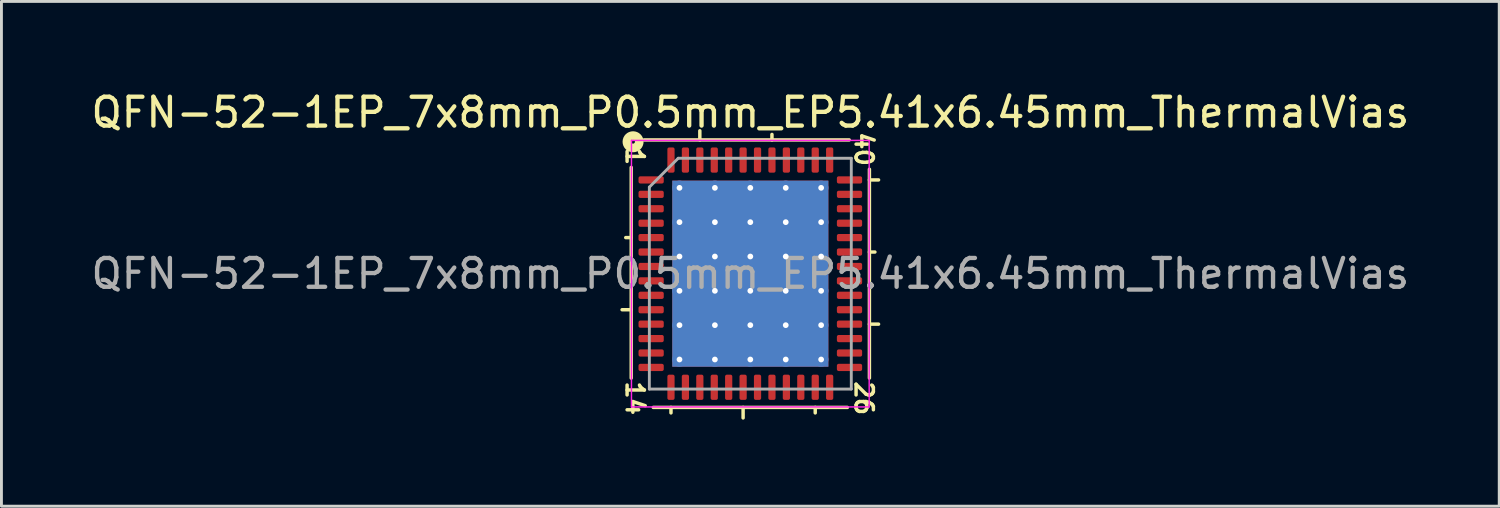
<source format=kicad_pcb>
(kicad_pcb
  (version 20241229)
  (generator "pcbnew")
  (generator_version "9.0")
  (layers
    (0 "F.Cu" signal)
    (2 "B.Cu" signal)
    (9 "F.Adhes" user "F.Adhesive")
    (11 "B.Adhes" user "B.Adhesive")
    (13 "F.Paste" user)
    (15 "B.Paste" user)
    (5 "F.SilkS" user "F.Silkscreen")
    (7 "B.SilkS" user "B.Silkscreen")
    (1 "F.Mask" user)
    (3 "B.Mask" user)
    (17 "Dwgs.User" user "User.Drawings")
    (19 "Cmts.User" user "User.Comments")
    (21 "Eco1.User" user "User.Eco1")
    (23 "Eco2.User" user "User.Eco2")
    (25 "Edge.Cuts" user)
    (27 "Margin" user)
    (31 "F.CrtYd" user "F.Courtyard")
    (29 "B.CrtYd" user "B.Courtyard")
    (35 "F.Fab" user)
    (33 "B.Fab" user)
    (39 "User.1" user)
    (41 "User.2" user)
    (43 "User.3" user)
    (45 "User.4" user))
  (footprint "QFN-52-1EP_7x8mm_P0.5mm_EP5.41x6.45mm_ThermalVias"
    (layer "F.Cu")
    (at 22.958 6.436)
    (property "Reference" "QFN-52-1EP_7x8mm_P0.5mm_EP5.41x6.45mm_ThermalVias" (at 0 -5.588 0) (layer "F.SilkS") (effects (font (size 1 1) (thickness 0.15))))
    (attr smd)
    (fp_line (start -4.128 -3.683) (end -4.128 3.619) (stroke (width 0.12) (type solid)) (layer "F.SilkS"))
    (fp_line (start -4.128 -1.25) (end -4.318 -1.25) (stroke (width 0.12) (type solid)) (layer "F.SilkS"))
    (fp_line (start -4.128 1.25) (end -4.445 1.25) (stroke (width 0.12) (type solid)) (layer "F.SilkS"))
    (fp_line (start -3.365 4.636) (end 3.365 4.636) (stroke (width 0.12) (type solid)) (layer "F.SilkS"))
    (fp_line (start -2.75 4.636) (end -2.75 4.826) (stroke (width 0.12) (type solid)) (layer "F.SilkS"))
    (fp_line (start -1.75 -4.636) (end -1.75 -4.953) (stroke (width 0.12) (type solid)) (layer "F.SilkS"))
    (fp_line (start -0.25 4.636) (end -0.25 5) (stroke (width 0.12) (type solid)) (layer "F.SilkS"))
    (fp_line (start 0.75 -4.636) (end 0.75 -4.826) (stroke (width 0.12) (type solid)) (layer "F.SilkS"))
    (fp_line (start 2.25 4.636) (end 2.25 4.826) (stroke (width 0.12) (type solid)) (layer "F.SilkS"))
    (fp_line (start 3.429 -4.636) (end -3.683 -4.636) (stroke (width 0.12) (type solid)) (layer "F.SilkS"))
    (fp_line (start 4.128 -3.25) (end 4.445 -3.25) (stroke (width 0.12) (type solid)) (layer "F.SilkS"))
    (fp_line (start 4.128 -0.75) (end 4.318 -0.75) (stroke (width 0.12) (type solid)) (layer "F.SilkS"))
    (fp_line (start 4.128 1.75) (end 4.445 1.75) (stroke (width 0.12) (type solid)) (layer "F.SilkS"))
    (fp_line (start 4.128 3.619) (end 4.128 -3.619) (stroke (width 0.12) (type solid)) (layer "F.SilkS"))
    (fp_circle (center -4.064 -4.572) (end -4 -4.572) (stroke (width 0.3) (type solid)) (fill no) (layer "F.SilkS"))
    (fp_line (start -4.12 -4.62) (end -4.12 4.62) (stroke (width 0.05) (type solid)) (layer "F.CrtYd"))
    (fp_line (start -4.12 4.62) (end 4.12 4.62) (stroke (width 0.05) (type solid)) (layer "F.CrtYd"))
    (fp_line (start 4.12 -4.62) (end -4.12 -4.62) (stroke (width 0.05) (type solid)) (layer "F.CrtYd"))
    (fp_line (start 4.12 4.62) (end 4.12 -4.62) (stroke (width 0.05) (type solid)) (layer "F.CrtYd"))
    (fp_line (start -3.5 -3) (end -2.5 -4) (stroke (width 0.1) (type solid)) (layer "F.Fab"))
    (fp_line (start -3.5 4) (end -3.5 -3) (stroke (width 0.1) (type solid)) (layer "F.Fab"))
    (fp_line (start -2.5 -4) (end 3.5 -4) (stroke (width 0.1) (type solid)) (layer "F.Fab"))
    (fp_line (start 3.5 -4) (end 3.5 4) (stroke (width 0.1) (type solid)) (layer "F.Fab"))
    (fp_line (start 3.5 4) (end -3.5 4) (stroke (width 0.1) (type solid)) (layer "F.Fab"))
    (fp_text user "1" (at -4 -4.064 270) (unlocked yes) (layer "F.SilkS") (effects (font (size 0.6 0.6) (thickness 0.12))))
    (fp_text user "14" (at -4 4.318 270) (unlocked yes) (layer "F.SilkS") (effects (font (size 0.6 0.6) (thickness 0.12))))
    (fp_text user "26" (at 3.937 4.318 270) (unlocked yes) (layer "F.SilkS") (effects (font (size 0.6 0.6) (thickness 0.12))))
    (fp_text user "40" (at 3.937 -4.318 270) (unlocked yes) (layer "F.SilkS") (effects (font (size 0.6 0.6) (thickness 0.12))))
    (fp_text user "${REFERENCE}" (at 0 0 0) (layer "F.Fab") (effects (font (size 1 1) (thickness 0.15))))
    (pad "" smd roundrect (at -1.841 -2.38) (size 1.048 0.999) (layers "F.Paste") (roundrect_rratio 0.25))
    (pad "" smd roundrect (at -1.841 -1.19) (size 1.048 0.999) (layers "F.Paste") (roundrect_rratio 0.25))
    (pad "" smd roundrect (at -1.841 0) (size 1.048 0.999) (layers "F.Paste") (roundrect_rratio 0.25))
    (pad "" smd roundrect (at -1.841 1.19) (size 1.048 0.999) (layers "F.Paste") (roundrect_rratio 0.25))
    (pad "" smd roundrect (at -1.841 2.38) (size 1.048 0.999) (layers "F.Paste") (roundrect_rratio 0.25))
    (pad "" smd roundrect (at -0.614 -2.38) (size 1.048 0.999) (layers "F.Paste") (roundrect_rratio 0.25))
    (pad "" smd roundrect (at -0.614 -1.19) (size 1.048 0.999) (layers "F.Paste") (roundrect_rratio 0.25))
    (pad "" smd roundrect (at -0.614 0) (size 1.048 0.999) (layers "F.Paste") (roundrect_rratio 0.25))
    (pad "" smd roundrect (at -0.614 1.19) (size 1.048 0.999) (layers "F.Paste") (roundrect_rratio 0.25))
    (pad "" smd roundrect (at -0.614 2.38) (size 1.048 0.999) (layers "F.Paste") (roundrect_rratio 0.25))
    (pad "" smd roundrect (at 0.614 -2.38) (size 1.048 0.999) (layers "F.Paste") (roundrect_rratio 0.25))
    (pad "" smd roundrect (at 0.614 -1.19) (size 1.048 0.999) (layers "F.Paste") (roundrect_rratio 0.25))
    (pad "" smd roundrect (at 0.614 0) (size 1.048 0.999) (layers "F.Paste") (roundrect_rratio 0.25))
    (pad "" smd roundrect (at 0.614 1.19) (size 1.048 0.999) (layers "F.Paste") (roundrect_rratio 0.25))
    (pad "" smd roundrect (at 0.614 2.38) (size 1.048 0.999) (layers "F.Paste") (roundrect_rratio 0.25))
    (pad "" smd roundrect (at 1.841 -2.38) (size 1.048 0.999) (layers "F.Paste") (roundrect_rratio 0.25))
    (pad "" smd roundrect (at 1.841 -1.19) (size 1.048 0.999) (layers "F.Paste") (roundrect_rratio 0.25))
    (pad "" smd roundrect (at 1.841 0) (size 1.048 0.999) (layers "F.Paste") (roundrect_rratio 0.25))
    (pad "" smd roundrect (at 1.841 1.19) (size 1.048 0.999) (layers "F.Paste") (roundrect_rratio 0.25))
    (pad "" smd roundrect (at 1.841 2.38) (size 1.048 0.999) (layers "F.Paste") (roundrect_rratio 0.25))
    (pad "1" smd roundrect (at -3.438 -3.25) (size 0.875 0.25) (layers "F.Cu" "F.Mask" "F.Paste") (roundrect_rratio 0.25))
    (pad "2" smd roundrect (at -3.438 -2.75) (size 0.875 0.25) (layers "F.Cu" "F.Mask" "F.Paste") (roundrect_rratio 0.25))
    (pad "3" smd roundrect (at -3.438 -2.25) (size 0.875 0.25) (layers "F.Cu" "F.Mask" "F.Paste") (roundrect_rratio 0.25))
    (pad "4" smd roundrect (at -3.438 -1.75) (size 0.875 0.25) (layers "F.Cu" "F.Mask" "F.Paste") (roundrect_rratio 0.25))
    (pad "5" smd roundrect (at -3.438 -1.25) (size 0.875 0.25) (layers "F.Cu" "F.Mask" "F.Paste") (roundrect_rratio 0.25))
    (pad "6" smd roundrect (at -3.438 -0.75) (size 0.875 0.25) (layers "F.Cu" "F.Mask" "F.Paste") (roundrect_rratio 0.25))
    (pad "7" smd roundrect (at -3.438 -0.25) (size 0.875 0.25) (layers "F.Cu" "F.Mask" "F.Paste") (roundrect_rratio 0.25))
    (pad "8" smd roundrect (at -3.438 0.25) (size 0.875 0.25) (layers "F.Cu" "F.Mask" "F.Paste") (roundrect_rratio 0.25))
    (pad "9" smd roundrect (at -3.438 0.75) (size 0.875 0.25) (layers "F.Cu" "F.Mask" "F.Paste") (roundrect_rratio 0.25))
    (pad "10" smd roundrect (at -3.438 1.25) (size 0.875 0.25) (layers "F.Cu" "F.Mask" "F.Paste") (roundrect_rratio 0.25))
    (pad "11" smd roundrect (at -3.438 1.75) (size 0.875 0.25) (layers "F.Cu" "F.Mask" "F.Paste") (roundrect_rratio 0.25))
    (pad "12" smd roundrect (at -3.438 2.25) (size 0.875 0.25) (layers "F.Cu" "F.Mask" "F.Paste") (roundrect_rratio 0.25))
    (pad "13" smd roundrect (at -3.438 2.75) (size 0.875 0.25) (layers "F.Cu" "F.Mask" "F.Paste") (roundrect_rratio 0.25))
    (pad "14" smd roundrect (at -3.438 3.25) (size 0.875 0.25) (layers "F.Cu" "F.Mask" "F.Paste") (roundrect_rratio 0.25))
    (pad "15" smd roundrect (at -2.75 3.938) (size 0.25 0.875) (layers "F.Cu" "F.Mask" "F.Paste") (roundrect_rratio 0.25))
    (pad "16" smd roundrect (at -2.25 3.938) (size 0.25 0.875) (layers "F.Cu" "F.Mask" "F.Paste") (roundrect_rratio 0.25))
    (pad "17" smd roundrect (at -1.75 3.938) (size 0.25 0.875) (layers "F.Cu" "F.Mask" "F.Paste") (roundrect_rratio 0.25))
    (pad "18" smd roundrect (at -1.25 3.938) (size 0.25 0.875) (layers "F.Cu" "F.Mask" "F.Paste") (roundrect_rratio 0.25))
    (pad "19" smd roundrect (at -0.75 3.938) (size 0.25 0.875) (layers "F.Cu" "F.Mask" "F.Paste") (roundrect_rratio 0.25))
    (pad "20" smd roundrect (at -0.25 3.938) (size 0.25 0.875) (layers "F.Cu" "F.Mask" "F.Paste") (roundrect_rratio 0.25))
    (pad "21" smd roundrect (at 0.25 3.938) (size 0.25 0.875) (layers "F.Cu" "F.Mask" "F.Paste") (roundrect_rratio 0.25))
    (pad "22" smd roundrect (at 0.75 3.938) (size 0.25 0.875) (layers "F.Cu" "F.Mask" "F.Paste") (roundrect_rratio 0.25))
    (pad "23" smd roundrect (at 1.25 3.938) (size 0.25 0.875) (layers "F.Cu" "F.Mask" "F.Paste") (roundrect_rratio 0.25))
    (pad "24" smd roundrect (at 1.75 3.938) (size 0.25 0.875) (layers "F.Cu" "F.Mask" "F.Paste") (roundrect_rratio 0.25))
    (pad "25" smd roundrect (at 2.25 3.938) (size 0.25 0.875) (layers "F.Cu" "F.Mask" "F.Paste") (roundrect_rratio 0.25))
    (pad "26" smd roundrect (at 2.75 3.938) (size 0.25 0.875) (layers "F.Cu" "F.Mask" "F.Paste") (roundrect_rratio 0.25))
    (pad "27" smd roundrect (at 3.438 3.25) (size 0.875 0.25) (layers "F.Cu" "F.Mask" "F.Paste") (roundrect_rratio 0.25))
    (pad "28" smd roundrect (at 3.438 2.75) (size 0.875 0.25) (layers "F.Cu" "F.Mask" "F.Paste") (roundrect_rratio 0.25))
    (pad "29" smd roundrect (at 3.438 2.25) (size 0.875 0.25) (layers "F.Cu" "F.Mask" "F.Paste") (roundrect_rratio 0.25))
    (pad "30" smd roundrect (at 3.438 1.75) (size 0.875 0.25) (layers "F.Cu" "F.Mask" "F.Paste") (roundrect_rratio 0.25))
    (pad "31" smd roundrect (at 3.438 1.25) (size 0.875 0.25) (layers "F.Cu" "F.Mask" "F.Paste") (roundrect_rratio 0.25))
    (pad "32" smd roundrect (at 3.438 0.75) (size 0.875 0.25) (layers "F.Cu" "F.Mask" "F.Paste") (roundrect_rratio 0.25))
    (pad "33" smd roundrect (at 3.438 0.25) (size 0.875 0.25) (layers "F.Cu" "F.Mask" "F.Paste") (roundrect_rratio 0.25))
    (pad "34" smd roundrect (at 3.438 -0.25) (size 0.875 0.25) (layers "F.Cu" "F.Mask" "F.Paste") (roundrect_rratio 0.25))
    (pad "35" smd roundrect (at 3.438 -0.75) (size 0.875 0.25) (layers "F.Cu" "F.Mask" "F.Paste") (roundrect_rratio 0.25))
    (pad "36" smd roundrect (at 3.438 -1.25) (size 0.875 0.25) (layers "F.Cu" "F.Mask" "F.Paste") (roundrect_rratio 0.25))
    (pad "37" smd roundrect (at 3.438 -1.75) (size 0.875 0.25) (layers "F.Cu" "F.Mask" "F.Paste") (roundrect_rratio 0.25))
    (pad "38" smd roundrect (at 3.438 -2.25) (size 0.875 0.25) (layers "F.Cu" "F.Mask" "F.Paste") (roundrect_rratio 0.25))
    (pad "39" smd roundrect (at 3.438 -2.75) (size 0.875 0.25) (layers "F.Cu" "F.Mask" "F.Paste") (roundrect_rratio 0.25))
    (pad "40" smd roundrect (at 3.438 -3.25) (size 0.875 0.25) (layers "F.Cu" "F.Mask" "F.Paste") (roundrect_rratio 0.25))
    (pad "41" smd roundrect (at 2.75 -3.938) (size 0.25 0.875) (layers "F.Cu" "F.Mask" "F.Paste") (roundrect_rratio 0.25))
    (pad "42" smd roundrect (at 2.25 -3.938) (size 0.25 0.875) (layers "F.Cu" "F.Mask" "F.Paste") (roundrect_rratio 0.25))
    (pad "43" smd roundrect (at 1.75 -3.938) (size 0.25 0.875) (layers "F.Cu" "F.Mask" "F.Paste") (roundrect_rratio 0.25))
    (pad "44" smd roundrect (at 1.25 -3.938) (size 0.25 0.875) (layers "F.Cu" "F.Mask" "F.Paste") (roundrect_rratio 0.25))
    (pad "45" smd roundrect (at 0.75 -3.938) (size 0.25 0.875) (layers "F.Cu" "F.Mask" "F.Paste") (roundrect_rratio 0.25))
    (pad "46" smd roundrect (at 0.25 -3.938) (size 0.25 0.875) (layers "F.Cu" "F.Mask" "F.Paste") (roundrect_rratio 0.25))
    (pad "47" smd roundrect (at -0.25 -3.938) (size 0.25 0.875) (layers "F.Cu" "F.Mask" "F.Paste") (roundrect_rratio 0.25))
    (pad "48" smd roundrect (at -0.75 -3.938) (size 0.25 0.875) (layers "F.Cu" "F.Mask" "F.Paste") (roundrect_rratio 0.25))
    (pad "49" smd roundrect (at -1.25 -3.938) (size 0.25 0.875) (layers "F.Cu" "F.Mask" "F.Paste") (roundrect_rratio 0.25))
    (pad "50" smd roundrect (at -1.75 -3.938) (size 0.25 0.875) (layers "F.Cu" "F.Mask" "F.Paste") (roundrect_rratio 0.25))
    (pad "51" smd roundrect (at -2.25 -3.938) (size 0.25 0.875) (layers "F.Cu" "F.Mask" "F.Paste") (roundrect_rratio 0.25))
    (pad "52" smd roundrect (at -2.75 -3.938) (size 0.25 0.875) (layers "F.Cu" "F.Mask" "F.Paste") (roundrect_rratio 0.25))
    (pad "53" thru_hole circle (at -2.455 -2.975) (size 0.5 0.5) (drill 0.2) (layers "*.Cu"))
    (pad "53" thru_hole circle (at -2.455 -1.785) (size 0.5 0.5) (drill 0.2) (layers "*.Cu"))
    (pad "53" thru_hole circle (at -2.455 -0.595) (size 0.5 0.5) (drill 0.2) (layers "*.Cu"))
    (pad "53" thru_hole circle (at -2.455 0.595) (size 0.5 0.5) (drill 0.2) (layers "*.Cu"))
    (pad "53" thru_hole circle (at -2.455 1.785) (size 0.5 0.5) (drill 0.2) (layers "*.Cu"))
    (pad "53" thru_hole circle (at -2.455 2.975) (size 0.5 0.5) (drill 0.2) (layers "*.Cu"))
    (pad "53" thru_hole circle (at -1.228 -2.975) (size 0.5 0.5) (drill 0.2) (layers "*.Cu"))
    (pad "53" thru_hole circle (at -1.228 -1.785) (size 0.5 0.5) (drill 0.2) (layers "*.Cu"))
    (pad "53" thru_hole circle (at -1.228 -0.595) (size 0.5 0.5) (drill 0.2) (layers "*.Cu"))
    (pad "53" thru_hole circle (at -1.228 0.595) (size 0.5 0.5) (drill 0.2) (layers "*.Cu"))
    (pad "53" thru_hole circle (at -1.228 1.785) (size 0.5 0.5) (drill 0.2) (layers "*.Cu"))
    (pad "53" thru_hole circle (at -1.228 2.975) (size 0.5 0.5) (drill 0.2) (layers "*.Cu"))
    (pad "53" thru_hole circle (at 0 -2.975) (size 0.5 0.5) (drill 0.2) (layers "*.Cu"))
    (pad "53" thru_hole circle (at 0 -1.785) (size 0.5 0.5) (drill 0.2) (layers "*.Cu"))
    (pad "53" thru_hole circle (at 0 -0.595) (size 0.5 0.5) (drill 0.2) (layers "*.Cu"))
    (pad "53" smd rect (at 0 0) (size 5.41 6.45) (layers "F.Cu" "F.Mask"))
    (pad "53" smd rect (at 0 0) (size 5.41 6.45) (layers "B.Cu" "B.Mask"))
    (pad "53" thru_hole circle (at 0 0.595) (size 0.5 0.5) (drill 0.2) (layers "*.Cu"))
    (pad "53" thru_hole circle (at 0 1.785) (size 0.5 0.5) (drill 0.2) (layers "*.Cu"))
    (pad "53" thru_hole circle (at 0 2.975) (size 0.5 0.5) (drill 0.2) (layers "*.Cu"))
    (pad "53" thru_hole circle (at 1.228 -2.975) (size 0.5 0.5) (drill 0.2) (layers "*.Cu"))
    (pad "53" thru_hole circle (at 1.228 -1.785) (size 0.5 0.5) (drill 0.2) (layers "*.Cu"))
    (pad "53" thru_hole circle (at 1.228 -0.595) (size 0.5 0.5) (drill 0.2) (layers "*.Cu"))
    (pad "53" thru_hole circle (at 1.228 0.595) (size 0.5 0.5) (drill 0.2) (layers "*.Cu"))
    (pad "53" thru_hole circle (at 1.228 1.785) (size 0.5 0.5) (drill 0.2) (layers "*.Cu"))
    (pad "53" thru_hole circle (at 1.228 2.975) (size 0.5 0.5) (drill 0.2) (layers "*.Cu"))
    (pad "53" thru_hole circle (at 2.455 -2.975) (size 0.5 0.5) (drill 0.2) (layers "*.Cu"))
    (pad "53" thru_hole circle (at 2.455 -1.785) (size 0.5 0.5) (drill 0.2) (layers "*.Cu"))
    (pad "53" thru_hole circle (at 2.455 -0.595) (size 0.5 0.5) (drill 0.2) (layers "*.Cu"))
    (pad "53" thru_hole circle (at 2.455 0.595) (size 0.5 0.5) (drill 0.2) (layers "*.Cu"))
    (pad "53" thru_hole circle (at 2.455 1.785) (size 0.5 0.5) (drill 0.2) (layers "*.Cu"))
    (pad "53" thru_hole circle (at 2.455 2.975) (size 0.5 0.5) (drill 0.2) (layers "*.Cu")))
  (gr_rect
    (start -3 -3)
    (end 48.917 14.496)
    (stroke (width 0.1) (type default))
    (fill no)
    (layer "Edge.Cuts")))
</source>
